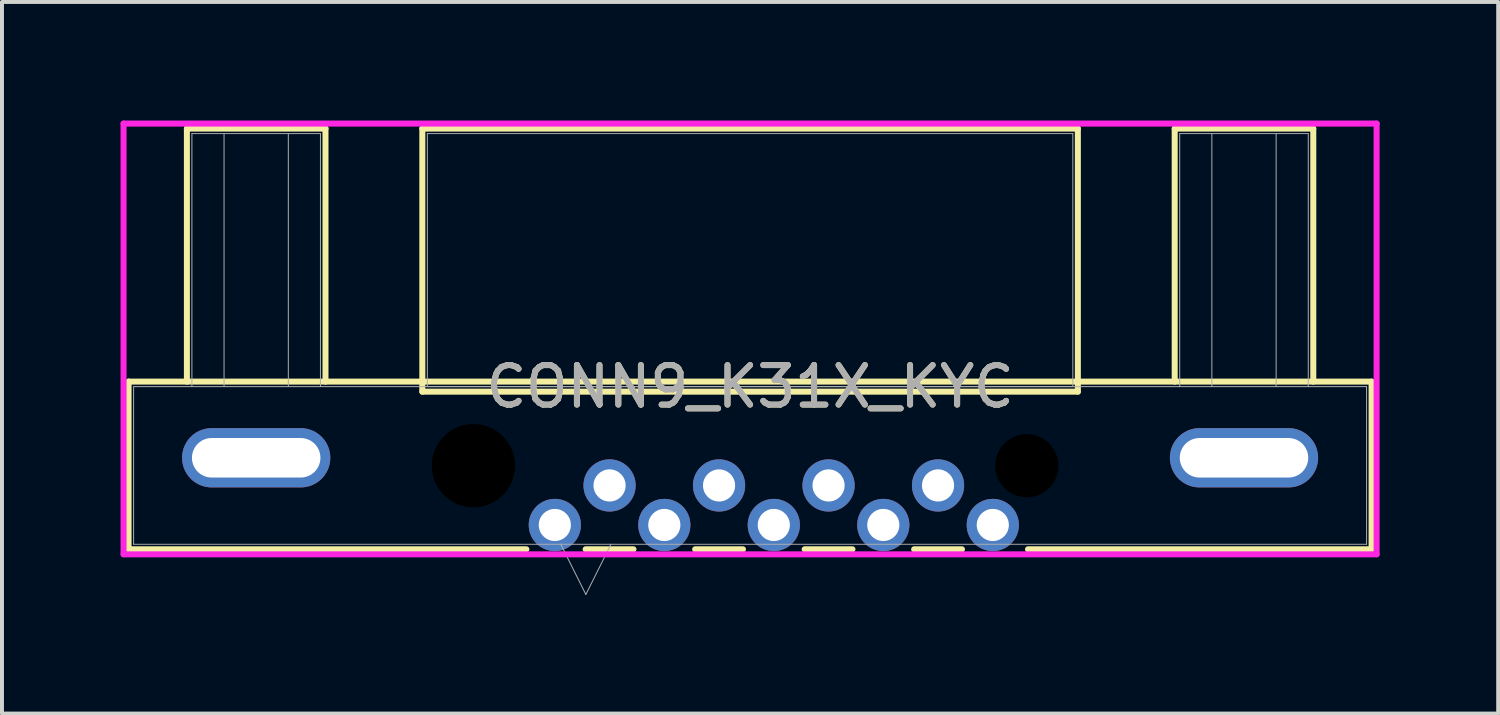
<source format=kicad_pcb>
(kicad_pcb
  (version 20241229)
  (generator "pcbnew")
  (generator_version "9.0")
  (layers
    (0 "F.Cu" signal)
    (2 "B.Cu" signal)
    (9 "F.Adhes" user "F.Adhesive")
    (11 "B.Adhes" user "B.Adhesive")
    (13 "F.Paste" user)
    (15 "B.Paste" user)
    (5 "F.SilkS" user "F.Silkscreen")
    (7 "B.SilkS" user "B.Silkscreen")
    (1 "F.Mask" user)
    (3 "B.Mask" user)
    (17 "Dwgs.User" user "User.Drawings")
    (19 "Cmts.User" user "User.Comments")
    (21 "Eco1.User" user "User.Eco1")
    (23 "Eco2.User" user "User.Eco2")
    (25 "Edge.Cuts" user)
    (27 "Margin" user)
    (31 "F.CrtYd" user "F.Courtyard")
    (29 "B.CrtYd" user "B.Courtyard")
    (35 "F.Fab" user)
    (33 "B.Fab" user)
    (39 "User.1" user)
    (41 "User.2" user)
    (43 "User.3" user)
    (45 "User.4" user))
  (footprint "CONN9_K31X_KYC"
    (layer "F.Cu")
    (at 15.926 6.731)
    (property "Reference" "CONN9_K31X_KYC" (at 0 0 0) (unlocked yes) (layer "F.SilkS") (effects (font (size 1 1) (thickness 0.15))))
    (attr through_hole)
    (fp_line (start -15.723 -0.127) (end -15.723 4.115) (stroke (width 0.152) (type solid)) (layer "F.SilkS"))
    (fp_line (start -15.723 4.115) (end -5.66 4.115) (stroke (width 0.152) (type solid)) (layer "F.SilkS"))
    (fp_line (start -14.248 -6.528) (end -10.742 -6.528) (stroke (width 0.152) (type solid)) (layer "F.SilkS"))
    (fp_line (start -14.248 -0.127) (end -14.248 -6.528) (stroke (width 0.152) (type solid)) (layer "F.SilkS"))
    (fp_line (start -10.742 -6.528) (end -10.742 -0.127) (stroke (width 0.152) (type solid)) (layer "F.SilkS"))
    (fp_line (start -8.292 -6.528) (end -8.292 0.127) (stroke (width 0.152) (type solid)) (layer "F.SilkS"))
    (fp_line (start -8.292 0.127) (end 8.292 0.127) (stroke (width 0.152) (type solid)) (layer "F.SilkS"))
    (fp_line (start -4.16 4.115) (end -2.95 4.115) (stroke (width 0.152) (type solid)) (layer "F.SilkS"))
    (fp_line (start -1.39 4.115) (end -0.18 4.115) (stroke (width 0.152) (type solid)) (layer "F.SilkS"))
    (fp_line (start 1.38 4.115) (end 2.59 4.115) (stroke (width 0.152) (type solid)) (layer "F.SilkS"))
    (fp_line (start 4.15 4.115) (end 5.36 4.115) (stroke (width 0.152) (type solid)) (layer "F.SilkS"))
    (fp_line (start 7.031 4.115) (end 15.723 4.115) (stroke (width 0.152) (type solid)) (layer "F.SilkS"))
    (fp_line (start 8.292 -6.528) (end -8.292 -6.528) (stroke (width 0.152) (type solid)) (layer "F.SilkS"))
    (fp_line (start 8.292 0.127) (end 8.292 -6.528) (stroke (width 0.152) (type solid)) (layer "F.SilkS"))
    (fp_line (start 10.742 -6.528) (end 14.248 -6.528) (stroke (width 0.152) (type solid)) (layer "F.SilkS"))
    (fp_line (start 10.742 -0.127) (end 10.742 -6.528) (stroke (width 0.152) (type solid)) (layer "F.SilkS"))
    (fp_line (start 14.248 -6.528) (end 14.248 -0.127) (stroke (width 0.152) (type solid)) (layer "F.SilkS"))
    (fp_line (start 15.723 -0.127) (end -15.723 -0.127) (stroke (width 0.152) (type solid)) (layer "F.SilkS"))
    (fp_line (start 15.723 4.115) (end 15.723 -0.127) (stroke (width 0.152) (type solid)) (layer "F.SilkS"))
    (fp_line (start -15.85 -6.655) (end -15.85 4.242) (stroke (width 0.152) (type solid)) (layer "F.CrtYd"))
    (fp_line (start -15.85 4.242) (end 15.85 4.242) (stroke (width 0.152) (type solid)) (layer "F.CrtYd"))
    (fp_line (start 15.85 -6.655) (end -15.85 -6.655) (stroke (width 0.152) (type solid)) (layer "F.CrtYd"))
    (fp_line (start 15.85 4.242) (end 15.85 -6.655) (stroke (width 0.152) (type solid)) (layer "F.CrtYd"))
    (fp_line (start -15.596 0) (end -15.596 3.988) (stroke (width 0.025) (type solid)) (layer "F.Fab"))
    (fp_line (start -15.596 3.988) (end 15.596 3.988) (stroke (width 0.025) (type solid)) (layer "F.Fab"))
    (fp_line (start -14.121 -6.401) (end -10.869 -6.401) (stroke (width 0.025) (type solid)) (layer "F.Fab"))
    (fp_line (start -14.121 0) (end -14.121 -6.401) (stroke (width 0.025) (type solid)) (layer "F.Fab"))
    (fp_line (start -13.308 0) (end -13.308 -6.401) (stroke (width 0.025) (type solid)) (layer "F.Fab"))
    (fp_line (start -11.682 -6.401) (end -11.682 0) (stroke (width 0.025) (type solid)) (layer "F.Fab"))
    (fp_line (start -10.869 -6.401) (end -10.869 0) (stroke (width 0.025) (type solid)) (layer "F.Fab"))
    (fp_line (start -8.165 -6.401) (end -8.165 0) (stroke (width 0.025) (type solid)) (layer "F.Fab"))
    (fp_line (start -8.165 0) (end 8.165 0) (stroke (width 0.025) (type solid)) (layer "F.Fab"))
    (fp_line (start -4.79 3.988) (end -4.155 5.258) (stroke (width 0.025) (type solid)) (layer "F.Fab"))
    (fp_line (start -3.52 3.988) (end -4.155 5.258) (stroke (width 0.025) (type solid)) (layer "F.Fab"))
    (fp_line (start 8.165 -6.401) (end -8.165 -6.401) (stroke (width 0.025) (type solid)) (layer "F.Fab"))
    (fp_line (start 8.165 0) (end 8.165 -6.401) (stroke (width 0.025) (type solid)) (layer "F.Fab"))
    (fp_line (start 10.869 -6.401) (end 14.121 -6.401) (stroke (width 0.025) (type solid)) (layer "F.Fab"))
    (fp_line (start 10.869 0) (end 10.869 -6.401) (stroke (width 0.025) (type solid)) (layer "F.Fab"))
    (fp_line (start 11.682 0) (end 11.682 -6.401) (stroke (width 0.025) (type solid)) (layer "F.Fab"))
    (fp_line (start 13.308 -6.401) (end 13.308 0) (stroke (width 0.025) (type solid)) (layer "F.Fab"))
    (fp_line (start 14.121 -6.401) (end 14.121 0) (stroke (width 0.025) (type solid)) (layer "F.Fab"))
    (fp_line (start 15.596 0) (end -15.596 0) (stroke (width 0.025) (type solid)) (layer "F.Fab"))
    (fp_line (start 15.596 3.988) (end 15.596 0) (stroke (width 0.025) (type solid)) (layer "F.Fab"))
    (fp_text user "${REFERENCE}" (at 0 0 0) (unlocked yes) (layer "F.Fab") (effects (font (size 1 1) (thickness 0.15))))
    (pad "" np_thru_hole circle (at -7 2) (size 2.108 2.108) (drill 2.108) (layers))
    (pad "" np_thru_hole circle (at 7 2) (size 1.6 1.6) (drill 1.6) (layers))
    (pad "1" thru_hole circle (at 6.14 3.5) (size 1.321 1.321) (drill 0.813) (layers "*.Cu" "*.Mask"))
    (pad "2" thru_hole circle (at 3.37 3.5) (size 1.321 1.321) (drill 0.813) (layers "*.Cu" "*.Mask"))
    (pad "3" thru_hole circle (at 0.6 3.5) (size 1.321 1.321) (drill 0.813) (layers "*.Cu" "*.Mask"))
    (pad "4" thru_hole circle (at -2.17 3.5) (size 1.321 1.321) (drill 0.813) (layers "*.Cu" "*.Mask"))
    (pad "5" thru_hole circle (at -4.94 3.5) (size 1.321 1.321) (drill 0.813) (layers "*.Cu" "*.Mask"))
    (pad "6" thru_hole circle (at 4.755 2.5) (size 1.321 1.321) (drill 0.813) (layers "*.Cu" "*.Mask"))
    (pad "7" thru_hole circle (at 1.985 2.5) (size 1.321 1.321) (drill 0.813) (layers "*.Cu" "*.Mask"))
    (pad "8" thru_hole circle (at -0.785 2.5) (size 1.321 1.321) (drill 0.813) (layers "*.Cu" "*.Mask"))
    (pad "9" thru_hole circle (at -3.555 2.5) (size 1.321 1.321) (drill 0.813) (layers "*.Cu" "*.Mask"))
    (pad "10" thru_hole oval (at -12.495 1.8) (size 3.75 1.5) (drill oval 3.25 1) (layers "*.Cu" "*.Mask"))
    (pad "11" thru_hole oval (at 12.495 1.8) (size 3.75 1.5) (drill oval 3.25 1) (layers "*.Cu" "*.Mask")))
  (gr_rect
    (start -3 -3)
    (end 34.852 15.002)
    (stroke (width 0.1) (type default))
    (fill no)
    (layer "Edge.Cuts")))
</source>
